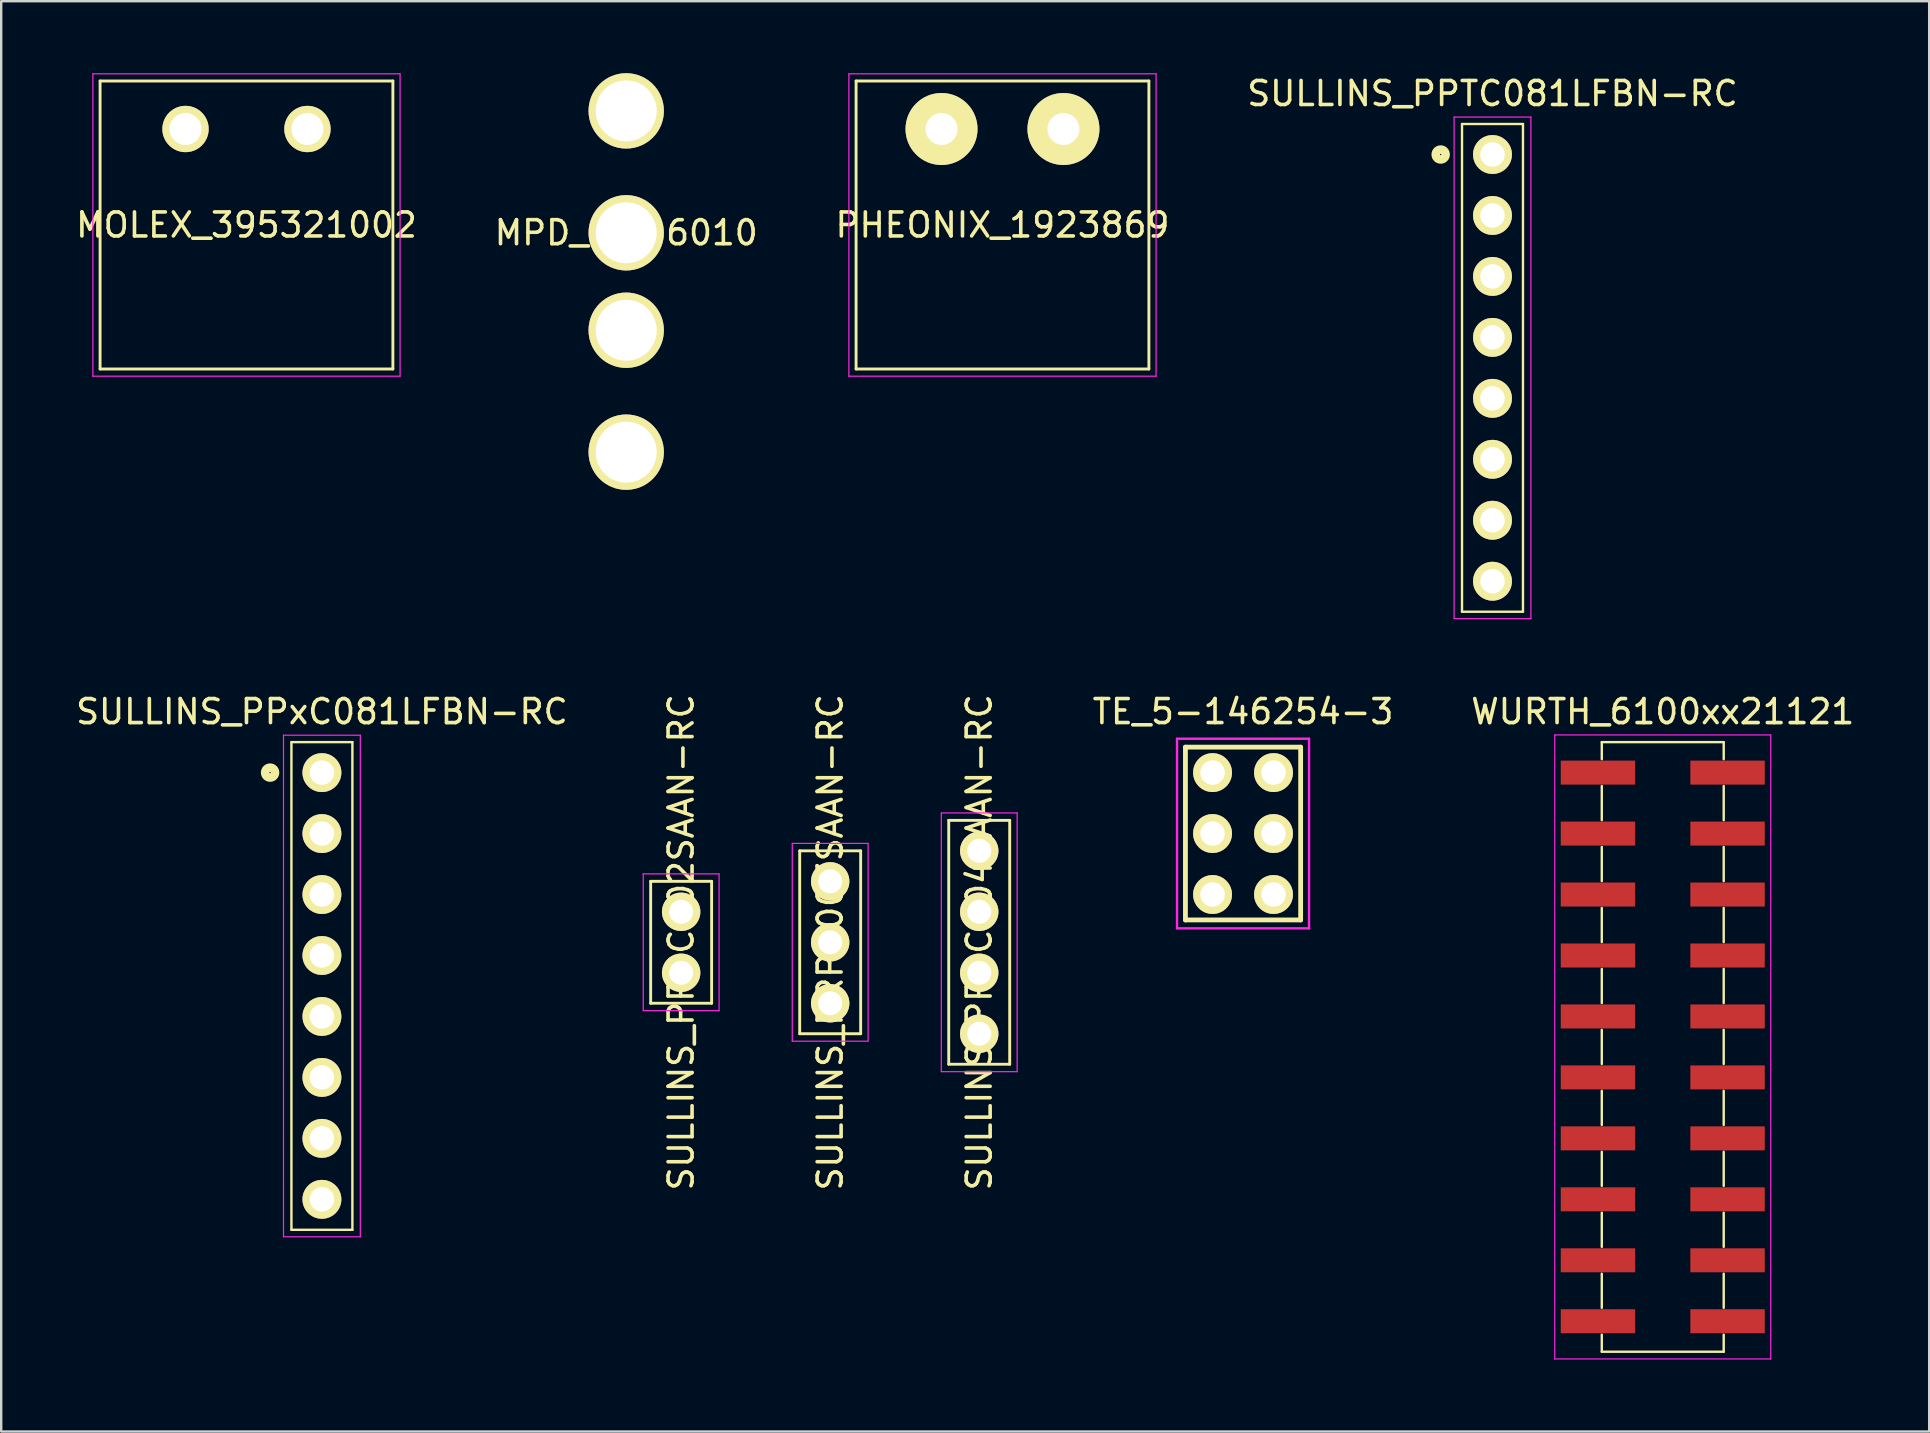
<source format=kicad_pcb>
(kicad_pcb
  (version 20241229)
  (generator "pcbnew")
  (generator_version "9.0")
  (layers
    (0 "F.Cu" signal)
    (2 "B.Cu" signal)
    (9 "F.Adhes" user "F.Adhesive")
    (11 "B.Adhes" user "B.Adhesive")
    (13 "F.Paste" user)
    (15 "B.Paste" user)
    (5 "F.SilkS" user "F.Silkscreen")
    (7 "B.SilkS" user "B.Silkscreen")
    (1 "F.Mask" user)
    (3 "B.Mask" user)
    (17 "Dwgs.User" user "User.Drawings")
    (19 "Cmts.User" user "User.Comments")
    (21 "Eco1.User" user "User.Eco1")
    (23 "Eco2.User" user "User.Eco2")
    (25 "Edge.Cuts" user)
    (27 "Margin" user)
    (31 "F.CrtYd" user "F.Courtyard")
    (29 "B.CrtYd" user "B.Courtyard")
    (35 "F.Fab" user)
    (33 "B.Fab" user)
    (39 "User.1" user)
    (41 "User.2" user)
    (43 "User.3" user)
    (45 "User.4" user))
  (footprint "SULLINS_PRPC003SAAN-RC"
    (layer "F.Cu")
    (at 31.541 36.212)
    (property "Reference" "SULLINS_PRPC003SAAN-RC" (at 0 0 90) (layer "F.SilkS") (effects (font (size 1 1) (thickness 0.15))))
    (attr through_hole)
    (fp_line (start -1.27 -3.81) (end -1.27 3.81) (stroke (width 0.12) (type solid)) (layer "F.SilkS"))
    (fp_line (start -1.27 3.81) (end 1.27 3.81) (stroke (width 0.12) (type solid)) (layer "F.SilkS"))
    (fp_line (start 1.27 -3.81) (end -1.27 -3.81) (stroke (width 0.12) (type solid)) (layer "F.SilkS"))
    (fp_line (start 1.27 3.81) (end 1.27 -3.81) (stroke (width 0.12) (type solid)) (layer "F.SilkS"))
    (fp_line (start -1.58 -4.12) (end -1.58 4.12) (stroke (width 0.05) (type solid)) (layer "F.CrtYd"))
    (fp_line (start -1.58 4.12) (end 1.58 4.12) (stroke (width 0.05) (type solid)) (layer "F.CrtYd"))
    (fp_line (start 1.58 -4.12) (end -1.58 -4.12) (stroke (width 0.05) (type solid)) (layer "F.CrtYd"))
    (fp_line (start 1.58 4.12) (end 1.58 -4.12) (stroke (width 0.05) (type solid)) (layer "F.CrtYd"))
    (pad "1" thru_hole circle (at 0 -2.54) (size 1.6 1.6) (drill 1) (layers "*.Cu" "*.Mask" "F.SilkS"))
    (pad "2" thru_hole circle (at 0 0) (size 1.6 1.6) (drill 1) (layers "*.Cu" "*.Mask" "F.SilkS"))
    (pad "3" thru_hole circle (at 0 2.54) (size 1.6 1.6) (drill 1) (layers "*.Cu" "*.Mask" "F.SilkS")))
  (footprint "SULLINS_PPxC081LFBN-RC"
    (layer "F.Cu")
    (at 10.363 38.032)
    (property "Reference" "SULLINS_PPxC081LFBN-RC" (at 0 -11.43 0) (layer "F.SilkS") (effects (font (size 1 1) (thickness 0.15))))
    (attr through_hole)
    (fp_line (start -1.27 -10.16) (end -1.27 10.16) (stroke (width 0.1) (type solid)) (layer "F.SilkS"))
    (fp_line (start -1.27 10.16) (end 1.27 10.16) (stroke (width 0.1) (type solid)) (layer "F.SilkS"))
    (fp_line (start 1.27 -10.16) (end -1.27 -10.16) (stroke (width 0.1) (type solid)) (layer "F.SilkS"))
    (fp_line (start 1.27 10.16) (end 1.27 -10.16) (stroke (width 0.1) (type solid)) (layer "F.SilkS"))
    (fp_circle (center -2.159 -8.89) (end -2.032 -8.89) (stroke (width 0.2) (type solid)) (fill no) (layer "F.SilkS"))
    (fp_circle (center -2.159 -8.89) (end -1.905 -8.763) (stroke (width 0.2) (type solid)) (fill no) (layer "F.SilkS"))
    (fp_line (start -1.6 -10.45) (end -1.6 10.45) (stroke (width 0.05) (type solid)) (layer "F.CrtYd"))
    (fp_line (start -1.6 10.45) (end 1.6 10.45) (stroke (width 0.05) (type solid)) (layer "F.CrtYd"))
    (fp_line (start 1.6 -10.45) (end -1.6 -10.45) (stroke (width 0.05) (type solid)) (layer "F.CrtYd"))
    (fp_line (start 1.6 10.45) (end 1.6 -10.45) (stroke (width 0.05) (type solid)) (layer "F.CrtYd"))
    (pad "1" thru_hole circle (at 0 -8.89) (size 1.62 1.62) (drill 1.02) (layers "*.Cu" "*.Mask" "F.SilkS"))
    (pad "2" thru_hole circle (at 0 -6.35) (size 1.62 1.62) (drill 1.02) (layers "*.Cu" "*.Mask" "F.SilkS"))
    (pad "3" thru_hole circle (at 0 -3.81) (size 1.62 1.62) (drill 1.02) (layers "*.Cu" "*.Mask" "F.SilkS"))
    (pad "4" thru_hole circle (at 0 -1.27) (size 1.62 1.62) (drill 1.02) (layers "*.Cu" "*.Mask" "F.SilkS"))
    (pad "5" thru_hole circle (at 0 1.27) (size 1.62 1.62) (drill 1.02) (layers "*.Cu" "*.Mask" "F.SilkS"))
    (pad "6" thru_hole circle (at 0 3.81) (size 1.62 1.62) (drill 1.02) (layers "*.Cu" "*.Mask" "F.SilkS"))
    (pad "7" thru_hole circle (at 0 6.35) (size 1.62 1.62) (drill 1.02) (layers "*.Cu" "*.Mask" "F.SilkS"))
    (pad "8" thru_hole circle (at 0 8.89) (size 1.62 1.62) (drill 1.02) (layers "*.Cu" "*.Mask" "F.SilkS")))
  (footprint "PHEONIX_1923869"
    (layer "F.Cu")
    (at 38.72 6.325)
    (property "Reference" "PHEONIX_1923869" (at 0 0 0) (layer "F.SilkS") (effects (font (size 1 1) (thickness 0.15))))
    (attr through_hole)
    (fp_line (start -6.1 -6) (end -6.1 6) (stroke (width 0.12) (type solid)) (layer "F.SilkS"))
    (fp_line (start -6.1 6) (end 6.1 6) (stroke (width 0.12) (type solid)) (layer "F.SilkS"))
    (fp_line (start 6.1 -6) (end -6.1 -6) (stroke (width 0.12) (type solid)) (layer "F.SilkS"))
    (fp_line (start 6.1 6) (end 6.1 -6) (stroke (width 0.12) (type solid)) (layer "F.SilkS"))
    (fp_line (start -6.4 -6.3) (end -6.4 6.3) (stroke (width 0.05) (type solid)) (layer "F.CrtYd"))
    (fp_line (start -6.4 6.3) (end 6.4 6.3) (stroke (width 0.05) (type solid)) (layer "F.CrtYd"))
    (fp_line (start 6.4 -6.3) (end -6.4 -6.3) (stroke (width 0.05) (type solid)) (layer "F.CrtYd"))
    (fp_line (start 6.4 6.3) (end 6.4 -6.3) (stroke (width 0.05) (type solid)) (layer "F.CrtYd"))
    (pad "1" thru_hole circle (at -2.54 -4) (size 3 3) (drill 1.33) (layers "*.Cu" "*.Mask" "F.SilkS"))
    (pad "2" thru_hole circle (at 2.54 -4) (size 3 3) (drill 1.33) (layers "*.Cu" "*.Mask" "F.SilkS")))
  (footprint "SULLINS_PPTC081LFBN-RC"
    (layer "F.Cu")
    (at 59.137 12.278)
    (property "Reference" "SULLINS_PPTC081LFBN-RC" (at 0 -11.43 0) (layer "F.SilkS") (effects (font (size 1 1) (thickness 0.15))))
    (attr through_hole)
    (fp_line (start -1.27 -10.16) (end -1.27 10.16) (stroke (width 0.1) (type solid)) (layer "F.SilkS"))
    (fp_line (start -1.27 10.16) (end 1.27 10.16) (stroke (width 0.1) (type solid)) (layer "F.SilkS"))
    (fp_line (start 1.27 -10.16) (end -1.27 -10.16) (stroke (width 0.1) (type solid)) (layer "F.SilkS"))
    (fp_line (start 1.27 10.16) (end 1.27 -10.16) (stroke (width 0.1) (type solid)) (layer "F.SilkS"))
    (fp_circle (center -2.159 -8.89) (end -2.032 -8.89) (stroke (width 0.2) (type solid)) (fill no) (layer "F.SilkS"))
    (fp_circle (center -2.159 -8.89) (end -1.905 -8.763) (stroke (width 0.2) (type solid)) (fill no) (layer "F.SilkS"))
    (fp_line (start -1.6 -10.45) (end -1.6 10.45) (stroke (width 0.05) (type solid)) (layer "F.CrtYd"))
    (fp_line (start -1.6 10.45) (end 1.6 10.45) (stroke (width 0.05) (type solid)) (layer "F.CrtYd"))
    (fp_line (start 1.6 -10.45) (end -1.6 -10.45) (stroke (width 0.05) (type solid)) (layer "F.CrtYd"))
    (fp_line (start 1.6 10.45) (end 1.6 -10.45) (stroke (width 0.05) (type solid)) (layer "F.CrtYd"))
    (pad "1" thru_hole circle (at 0 -8.89) (size 1.62 1.62) (drill 1.02) (layers "*.Cu" "*.Mask" "F.SilkS"))
    (pad "2" thru_hole circle (at 0 -6.35) (size 1.62 1.62) (drill 1.02) (layers "*.Cu" "*.Mask" "F.SilkS"))
    (pad "3" thru_hole circle (at 0 -3.81) (size 1.62 1.62) (drill 1.02) (layers "*.Cu" "*.Mask" "F.SilkS"))
    (pad "4" thru_hole circle (at 0 -1.27) (size 1.62 1.62) (drill 1.02) (layers "*.Cu" "*.Mask" "F.SilkS"))
    (pad "5" thru_hole circle (at 0 1.27) (size 1.62 1.62) (drill 1.02) (layers "*.Cu" "*.Mask" "F.SilkS"))
    (pad "6" thru_hole circle (at 0 3.81) (size 1.62 1.62) (drill 1.02) (layers "*.Cu" "*.Mask" "F.SilkS"))
    (pad "7" thru_hole circle (at 0 6.35) (size 1.62 1.62) (drill 1.02) (layers "*.Cu" "*.Mask" "F.SilkS"))
    (pad "8" thru_hole circle (at 0 8.89) (size 1.62 1.62) (drill 1.02) (layers "*.Cu" "*.Mask" "F.SilkS")))
  (footprint "MOLEX_395321002"
    (layer "F.Cu")
    (at 7.22 6.325)
    (property "Reference" "MOLEX_395321002" (at 0 0 0) (layer "F.SilkS") (effects (font (size 1 1) (thickness 0.15))))
    (attr through_hole)
    (fp_line (start -6.1 -6) (end -6.1 6) (stroke (width 0.12) (type solid)) (layer "F.SilkS"))
    (fp_line (start -6.1 6) (end 6.1 6) (stroke (width 0.12) (type solid)) (layer "F.SilkS"))
    (fp_line (start 6.1 -6) (end -6.1 -6) (stroke (width 0.12) (type solid)) (layer "F.SilkS"))
    (fp_line (start 6.1 6) (end 6.1 -6) (stroke (width 0.12) (type solid)) (layer "F.SilkS"))
    (fp_line (start -6.4 -6.3) (end -6.4 6.3) (stroke (width 0.05) (type solid)) (layer "F.CrtYd"))
    (fp_line (start -6.4 6.3) (end 6.4 6.3) (stroke (width 0.05) (type solid)) (layer "F.CrtYd"))
    (fp_line (start 6.4 -6.3) (end -6.4 -6.3) (stroke (width 0.05) (type solid)) (layer "F.CrtYd"))
    (fp_line (start 6.4 6.3) (end 6.4 -6.3) (stroke (width 0.05) (type solid)) (layer "F.CrtYd"))
    (pad "1" thru_hole circle (at -2.54 -4) (size 1.93 1.93) (drill 1.33) (layers "*.Cu" "*.Mask" "F.SilkS"))
    (pad "2" thru_hole circle (at 2.54 -4) (size 1.93 1.93) (drill 1.33) (layers "*.Cu" "*.Mask" "F.SilkS")))
  (footprint "MPD_BK-6010"
    (layer "F.Cu")
    (at 23.042 8.68)
    (property "Reference" "MPD_BK-6010" (at 0 -2.032 0) (layer "F.SilkS") (effects (font (size 1 1) (thickness 0.15))))
    (attr through_hole)
    (pad "1" thru_hole circle (at 0 -7.11) (size 3.14 3.14) (drill 2.54) (layers "*.Cu" "*.Mask" "F.SilkS"))
    (pad "1" thru_hole circle (at 0 -2.03) (size 3.14 3.14) (drill 2.54) (layers "*.Cu" "*.Mask" "F.SilkS"))
    (pad "2" thru_hole circle (at 0 2.03) (size 3.14 3.14) (drill 2.54) (layers "*.Cu" "*.Mask" "F.SilkS"))
    (pad "2" thru_hole circle (at 0 7.11) (size 3.14 3.14) (drill 2.54) (layers "*.Cu" "*.Mask" "F.SilkS")))
  (footprint "TE_5-146254-3"
    (layer "F.Cu")
    (at 48.743 31.681)
    (property "Reference" "TE_5-146254-3" (at 0 -5.08 0) (layer "F.SilkS") (effects (font (size 1 1) (thickness 0.15))))
    (attr through_hole)
    (fp_line (start -2.4 -3.6) (end -2.4 3.6) (stroke (width 0.2) (type solid)) (layer "F.SilkS"))
    (fp_line (start -2.4 3.6) (end 2.4 3.6) (stroke (width 0.2) (type solid)) (layer "F.SilkS"))
    (fp_line (start 2.4 -3.6) (end -2.4 -3.6) (stroke (width 0.2) (type solid)) (layer "F.SilkS"))
    (fp_line (start 2.4 3.6) (end 2.4 -3.6) (stroke (width 0.2) (type solid)) (layer "F.SilkS"))
    (fp_line (start -2.75 -3.95) (end -2.75 3.95) (stroke (width 0.1) (type solid)) (layer "F.CrtYd"))
    (fp_line (start -2.75 3.95) (end 2.75 3.95) (stroke (width 0.1) (type solid)) (layer "F.CrtYd"))
    (fp_line (start 2.75 -3.95) (end -2.75 -3.95) (stroke (width 0.1) (type solid)) (layer "F.CrtYd"))
    (fp_line (start 2.75 3.95) (end 2.75 -3.95) (stroke (width 0.1) (type solid)) (layer "F.CrtYd"))
    (pad "1" thru_hole circle (at -1.27 -2.54) (size 1.62 1.62) (drill 1.02) (layers "*.Cu" "*.Mask" "F.SilkS"))
    (pad "2" thru_hole circle (at 1.27 -2.54) (size 1.62 1.62) (drill 1.02) (layers "*.Cu" "*.Mask" "F.SilkS"))
    (pad "3" thru_hole circle (at -1.27 0) (size 1.62 1.62) (drill 1.02) (layers "*.Cu" "*.Mask" "F.SilkS"))
    (pad "4" thru_hole circle (at 1.27 0) (size 1.62 1.62) (drill 1.02) (layers "*.Cu" "*.Mask" "F.SilkS"))
    (pad "5" thru_hole circle (at -1.27 2.54) (size 1.62 1.62) (drill 1.02) (layers "*.Cu" "*.Mask" "F.SilkS"))
    (pad "6" thru_hole circle (at 1.27 2.54) (size 1.62 1.62) (drill 1.02) (layers "*.Cu" "*.Mask" "F.SilkS")))
  (footprint "SULLINS_PRPC002SAAN-RC"
    (layer "F.Cu")
    (at 25.331 36.212)
    (property "Reference" "SULLINS_PRPC002SAAN-RC" (at 0 0 90) (layer "F.SilkS") (effects (font (size 1 1) (thickness 0.15))))
    (attr through_hole)
    (fp_line (start -1.27 -2.54) (end -1.27 2.54) (stroke (width 0.12) (type solid)) (layer "F.SilkS"))
    (fp_line (start -1.27 2.54) (end 1.27 2.54) (stroke (width 0.12) (type solid)) (layer "F.SilkS"))
    (fp_line (start 1.27 -2.54) (end -1.27 -2.54) (stroke (width 0.12) (type solid)) (layer "F.SilkS"))
    (fp_line (start 1.27 2.54) (end 1.27 -2.54) (stroke (width 0.12) (type solid)) (layer "F.SilkS"))
    (fp_line (start -1.58 -2.85) (end -1.58 2.85) (stroke (width 0.05) (type solid)) (layer "F.CrtYd"))
    (fp_line (start -1.58 2.85) (end 1.58 2.85) (stroke (width 0.05) (type solid)) (layer "F.CrtYd"))
    (fp_line (start 1.58 -2.85) (end -1.58 -2.85) (stroke (width 0.05) (type solid)) (layer "F.CrtYd"))
    (fp_line (start 1.58 2.85) (end 1.58 -2.85) (stroke (width 0.05) (type solid)) (layer "F.CrtYd"))
    (pad "1" thru_hole circle (at 0 -1.27) (size 1.6 1.6) (drill 1) (layers "*.Cu" "*.Mask" "F.SilkS"))
    (pad "2" thru_hole circle (at 0 1.27) (size 1.6 1.6) (drill 1) (layers "*.Cu" "*.Mask" "F.SilkS")))
  (footprint "WURTH_6100xx21121"
    (layer "F.Cu")
    (at 66.231 40.572)
    (property "Reference" "WURTH_6100xx21121" (at 0 -13.97 0) (layer "F.SilkS") (effects (font (size 1 1) (thickness 0.15))))
    (attr through_hole)
    (fp_line (start -2.54 -12.7) (end 2.54 -12.7) (stroke (width 0.1) (type solid)) (layer "F.SilkS"))
    (fp_line (start -2.54 -11.989) (end -2.54 -12.7) (stroke (width 0.1) (type solid)) (layer "F.SilkS"))
    (fp_line (start -2.54 -10.871) (end -2.54 -9.449) (stroke (width 0.1) (type solid)) (layer "F.SilkS"))
    (fp_line (start -2.54 -8.331) (end -2.54 -6.909) (stroke (width 0.1) (type solid)) (layer "F.SilkS"))
    (fp_line (start -2.54 -5.791) (end -2.54 -4.369) (stroke (width 0.1) (type solid)) (layer "F.SilkS"))
    (fp_line (start -2.54 -3.251) (end -2.54 -1.829) (stroke (width 0.1) (type solid)) (layer "F.SilkS"))
    (fp_line (start -2.54 -0.711) (end -2.54 0.711) (stroke (width 0.1) (type solid)) (layer "F.SilkS"))
    (fp_line (start -2.54 1.829) (end -2.54 3.251) (stroke (width 0.1) (type solid)) (layer "F.SilkS"))
    (fp_line (start -2.54 4.369) (end -2.54 5.791) (stroke (width 0.1) (type solid)) (layer "F.SilkS"))
    (fp_line (start -2.54 6.909) (end -2.54 8.331) (stroke (width 0.1) (type solid)) (layer "F.SilkS"))
    (fp_line (start -2.54 9.449) (end -2.54 10.871) (stroke (width 0.1) (type solid)) (layer "F.SilkS"))
    (fp_line (start -2.54 11.989) (end -2.54 12.7) (stroke (width 0.1) (type solid)) (layer "F.SilkS"))
    (fp_line (start -2.54 12.7) (end 2.54 12.7) (stroke (width 0.1) (type solid)) (layer "F.SilkS"))
    (fp_line (start 2.54 -12.7) (end 2.54 -11.989) (stroke (width 0.1) (type solid)) (layer "F.SilkS"))
    (fp_line (start 2.54 -10.871) (end 2.54 -9.449) (stroke (width 0.1) (type solid)) (layer "F.SilkS"))
    (fp_line (start 2.54 -8.331) (end 2.54 -6.909) (stroke (width 0.1) (type solid)) (layer "F.SilkS"))
    (fp_line (start 2.54 -5.791) (end 2.54 -4.369) (stroke (width 0.1) (type solid)) (layer "F.SilkS"))
    (fp_line (start 2.54 -3.251) (end 2.54 -1.829) (stroke (width 0.1) (type solid)) (layer "F.SilkS"))
    (fp_line (start 2.54 -0.711) (end 2.54 0.711) (stroke (width 0.1) (type solid)) (layer "F.SilkS"))
    (fp_line (start 2.54 1.829) (end 2.54 3.251) (stroke (width 0.1) (type solid)) (layer "F.SilkS"))
    (fp_line (start 2.54 4.369) (end 2.54 5.791) (stroke (width 0.1) (type solid)) (layer "F.SilkS"))
    (fp_line (start 2.54 6.909) (end 2.54 8.331) (stroke (width 0.1) (type solid)) (layer "F.SilkS"))
    (fp_line (start 2.54 9.449) (end 2.54 10.871) (stroke (width 0.1) (type solid)) (layer "F.SilkS"))
    (fp_line (start 2.54 12.7) (end 2.54 11.989) (stroke (width 0.1) (type solid)) (layer "F.SilkS"))
    (fp_line (start -4.5 -13) (end -4.5 13) (stroke (width 0.05) (type solid)) (layer "F.CrtYd"))
    (fp_line (start -4.5 13) (end 4.5 13) (stroke (width 0.05) (type solid)) (layer "F.CrtYd"))
    (fp_line (start 4.5 -13) (end -4.5 -13) (stroke (width 0.05) (type solid)) (layer "F.CrtYd"))
    (fp_line (start 4.5 13) (end 4.5 -13) (stroke (width 0.05) (type solid)) (layer "F.CrtYd"))
    (pad "1" smd rect (at -2.7 -11.43) (size 3.1 1) (layers "F.Cu" "F.Mask" "F.Paste"))
    (pad "2" smd rect (at 2.7 -11.43) (size 3.1 1) (layers "F.Cu" "F.Mask" "F.Paste"))
    (pad "3" smd rect (at -2.7 -8.89) (size 3.1 1) (layers "F.Cu" "F.Mask" "F.Paste"))
    (pad "4" smd rect (at 2.7 -8.89) (size 3.1 1) (layers "F.Cu" "F.Mask" "F.Paste"))
    (pad "5" smd rect (at -2.7 -6.35) (size 3.1 1) (layers "F.Cu" "F.Mask" "F.Paste"))
    (pad "6" smd rect (at 2.7 -6.35) (size 3.1 1) (layers "F.Cu" "F.Mask" "F.Paste"))
    (pad "7" smd rect (at -2.7 -3.81) (size 3.1 1) (layers "F.Cu" "F.Mask" "F.Paste"))
    (pad "8" smd rect (at 2.7 -3.81) (size 3.1 1) (layers "F.Cu" "F.Mask" "F.Paste"))
    (pad "9" smd rect (at -2.7 -1.27) (size 3.1 1) (layers "F.Cu" "F.Mask" "F.Paste"))
    (pad "10" smd rect (at 2.7 -1.27) (size 3.1 1) (layers "F.Cu" "F.Mask" "F.Paste"))
    (pad "11" smd rect (at -2.7 1.27) (size 3.1 1) (layers "F.Cu" "F.Mask" "F.Paste"))
    (pad "12" smd rect (at 2.7 1.27) (size 3.1 1) (layers "F.Cu" "F.Mask" "F.Paste"))
    (pad "13" smd rect (at -2.7 3.81) (size 3.1 1) (layers "F.Cu" "F.Mask" "F.Paste"))
    (pad "14" smd rect (at 2.7 3.81) (size 3.1 1) (layers "F.Cu" "F.Mask" "F.Paste"))
    (pad "15" smd rect (at -2.7 6.35) (size 3.1 1) (layers "F.Cu" "F.Mask" "F.Paste"))
    (pad "16" smd rect (at 2.7 6.35) (size 3.1 1) (layers "F.Cu" "F.Mask" "F.Paste"))
    (pad "17" smd rect (at -2.7 8.89) (size 3.1 1) (layers "F.Cu" "F.Mask" "F.Paste"))
    (pad "18" smd rect (at 2.7 8.89) (size 3.1 1) (layers "F.Cu" "F.Mask" "F.Paste"))
    (pad "19" smd rect (at -2.7 11.43) (size 3.1 1) (layers "F.Cu" "F.Mask" "F.Paste"))
    (pad "20" smd rect (at 2.7 11.43) (size 3.1 1) (layers "F.Cu" "F.Mask" "F.Paste")))
  (footprint "SULLINS_PRPC004SAAN-RC"
    (layer "F.Cu")
    (at 37.751 36.212)
    (property "Reference" "SULLINS_PRPC004SAAN-RC" (at 0 0 90) (layer "F.SilkS") (effects (font (size 1 1) (thickness 0.15))))
    (attr through_hole)
    (fp_line (start -1.27 -5.08) (end -1.27 5.08) (stroke (width 0.12) (type solid)) (layer "F.SilkS"))
    (fp_line (start -1.27 5.08) (end 1.27 5.08) (stroke (width 0.12) (type solid)) (layer "F.SilkS"))
    (fp_line (start 1.27 -5.08) (end -1.27 -5.08) (stroke (width 0.12) (type solid)) (layer "F.SilkS"))
    (fp_line (start 1.27 5.08) (end 1.27 -5.08) (stroke (width 0.12) (type solid)) (layer "F.SilkS"))
    (fp_line (start -1.58 -5.39) (end -1.58 5.39) (stroke (width 0.05) (type solid)) (layer "F.CrtYd"))
    (fp_line (start -1.58 5.39) (end 1.58 5.39) (stroke (width 0.05) (type solid)) (layer "F.CrtYd"))
    (fp_line (start 1.58 -5.39) (end -1.58 -5.39) (stroke (width 0.05) (type solid)) (layer "F.CrtYd"))
    (fp_line (start 1.58 5.39) (end 1.58 -5.39) (stroke (width 0.05) (type solid)) (layer "F.CrtYd"))
    (pad "1" thru_hole circle (at 0 -3.81) (size 1.6 1.6) (drill 1) (layers "*.Cu" "*.Mask" "F.SilkS"))
    (pad "2" thru_hole circle (at 0 -1.27) (size 1.6 1.6) (drill 1) (layers "*.Cu" "*.Mask" "F.SilkS"))
    (pad "3" thru_hole circle (at 0 1.27) (size 1.6 1.6) (drill 1) (layers "*.Cu" "*.Mask" "F.SilkS"))
    (pad "4" thru_hole circle (at 0 3.81) (size 1.6 1.6) (drill 1) (layers "*.Cu" "*.Mask" "F.SilkS")))
  (gr_rect
    (start -3 -3)
    (end 77.332 56.596)
    (stroke (width 0.1) (type default))
    (fill no)
    (layer "Edge.Cuts")))
</source>
